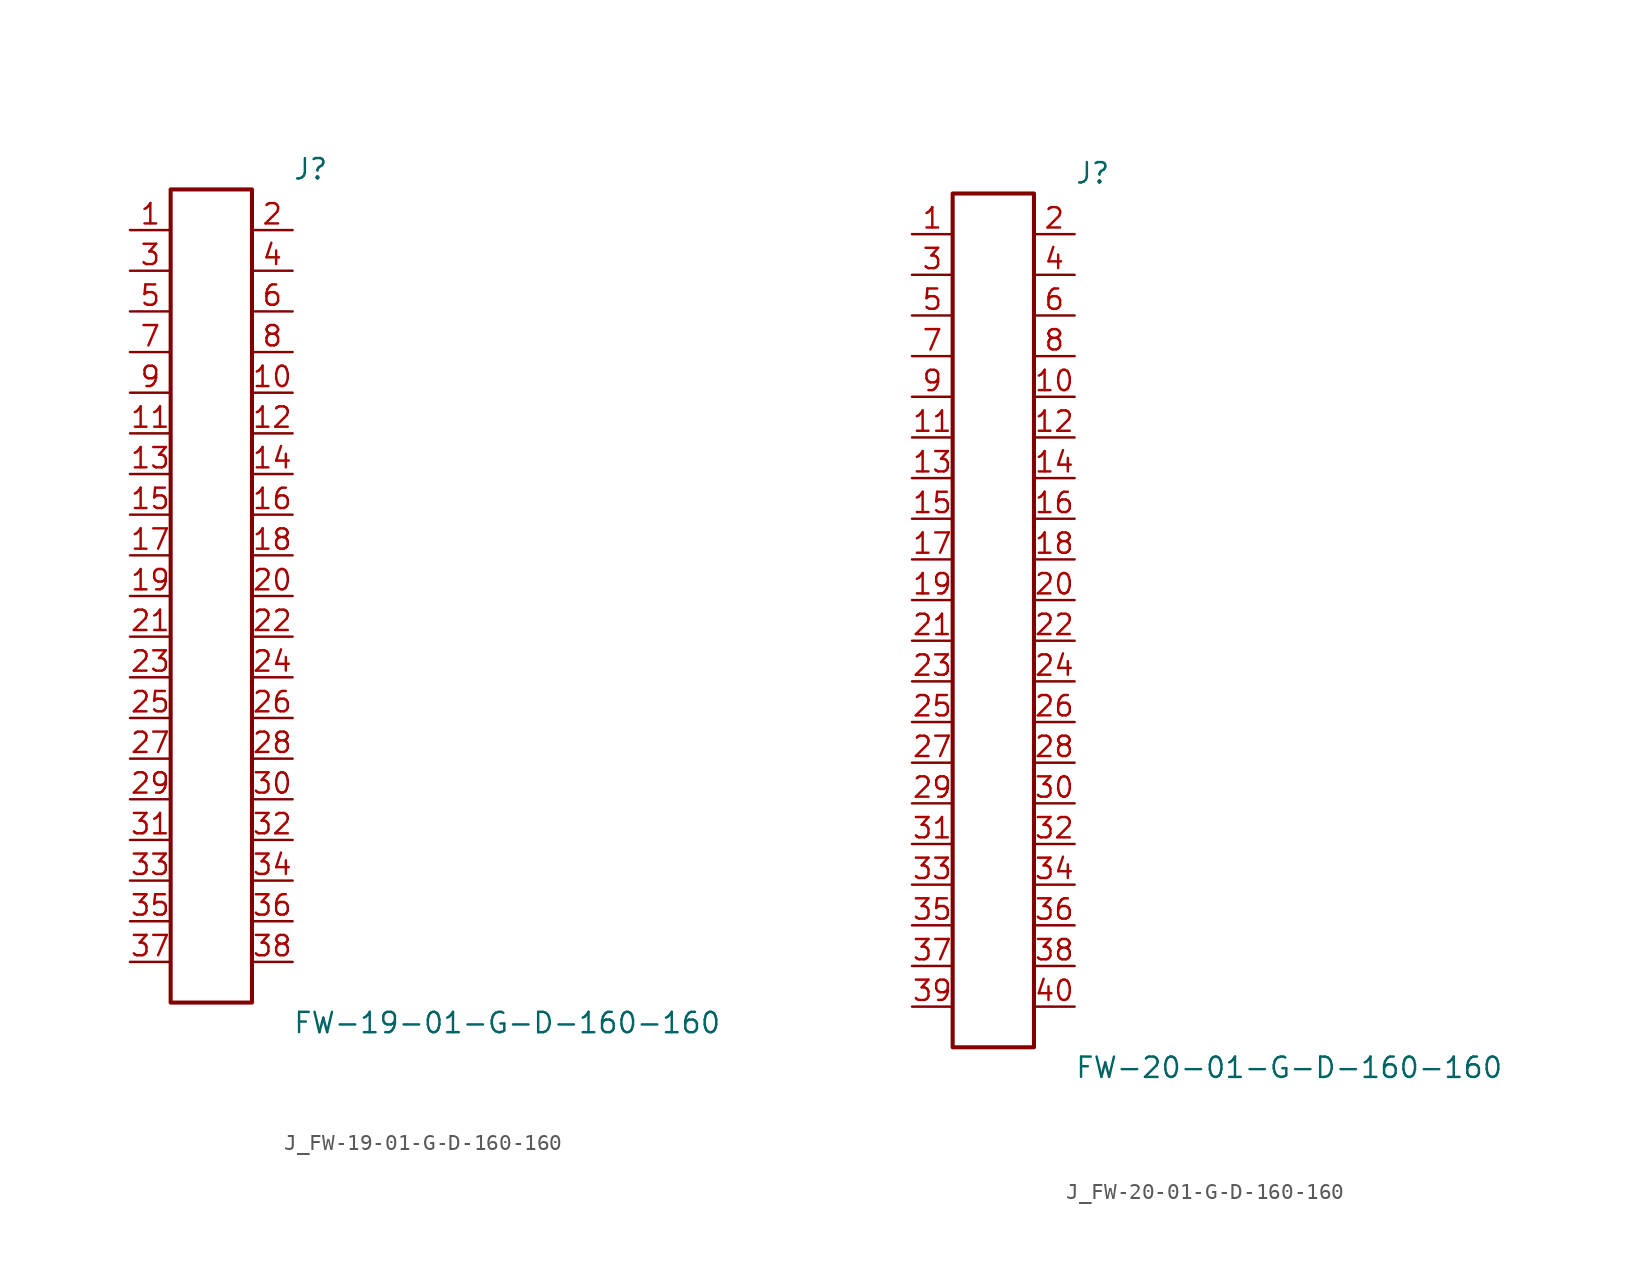
<source format=kicad_sym>
(kicad_symbol_lib
  (version 20231120)
  (generator kicad_symbol_editor)
  (generator_version 8.0)
  (symbol "J_FW-19-01-G-D-160-160"
    (pin_names
      (offset 0.254))
    (property "Reference" "J"
      (at 5.08 26.67 0)
      (effects (font (size 1.27 1.27)) (justify left)))
    (property "Value" "FW-19-01-G-D-160-160"
      (at 5.08 -26.67 0)
      (effects (font (size 1.27 1.27)) (justify left)))
    (symbol "J_FW-19-01-G-D-160-160_0_0"
      (pin unspecified line (at -5.08 22.86 0) (length 2.54) (name "" (effects (font (size 1.27 1.27)))) (number "1" (effects (font (size 1.27 1.27)))))
      (pin unspecified line (at 5.08 22.86 180) (length 2.54) (name "" (effects (font (size 1.27 1.27)))) (number "2" (effects (font (size 1.27 1.27)))))
      (pin unspecified line (at -5.08 20.32 0) (length 2.54) (name "" (effects (font (size 1.27 1.27)))) (number "3" (effects (font (size 1.27 1.27)))))
      (pin unspecified line (at 5.08 20.32 180) (length 2.54) (name "" (effects (font (size 1.27 1.27)))) (number "4" (effects (font (size 1.27 1.27)))))
      (pin unspecified line (at -5.08 17.78 0) (length 2.54) (name "" (effects (font (size 1.27 1.27)))) (number "5" (effects (font (size 1.27 1.27)))))
      (pin unspecified line (at 5.08 17.78 180) (length 2.54) (name "" (effects (font (size 1.27 1.27)))) (number "6" (effects (font (size 1.27 1.27)))))
      (pin unspecified line (at -5.08 15.24 0) (length 2.54) (name "" (effects (font (size 1.27 1.27)))) (number "7" (effects (font (size 1.27 1.27)))))
      (pin unspecified line (at 5.08 15.24 180) (length 2.54) (name "" (effects (font (size 1.27 1.27)))) (number "8" (effects (font (size 1.27 1.27)))))
      (pin unspecified line (at -5.08 12.7 0) (length 2.54) (name "" (effects (font (size 1.27 1.27)))) (number "9" (effects (font (size 1.27 1.27)))))
      (pin unspecified line (at 5.08 12.7 180) (length 2.54) (name "" (effects (font (size 1.27 1.27)))) (number "10" (effects (font (size 1.27 1.27)))))
      (pin unspecified line (at -5.08 10.16 0) (length 2.54) (name "" (effects (font (size 1.27 1.27)))) (number "11" (effects (font (size 1.27 1.27)))))
      (pin unspecified line (at 5.08 10.16 180) (length 2.54) (name "" (effects (font (size 1.27 1.27)))) (number "12" (effects (font (size 1.27 1.27)))))
      (pin unspecified line (at -5.08 7.62 0) (length 2.54) (name "" (effects (font (size 1.27 1.27)))) (number "13" (effects (font (size 1.27 1.27)))))
      (pin unspecified line (at 5.08 7.62 180) (length 2.54) (name "" (effects (font (size 1.27 1.27)))) (number "14" (effects (font (size 1.27 1.27)))))
      (pin unspecified line (at -5.08 5.08 0) (length 2.54) (name "" (effects (font (size 1.27 1.27)))) (number "15" (effects (font (size 1.27 1.27)))))
      (pin unspecified line (at 5.08 5.08 180) (length 2.54) (name "" (effects (font (size 1.27 1.27)))) (number "16" (effects (font (size 1.27 1.27)))))
      (pin unspecified line (at -5.08 2.54 0) (length 2.54) (name "" (effects (font (size 1.27 1.27)))) (number "17" (effects (font (size 1.27 1.27)))))
      (pin unspecified line (at 5.08 2.54 180) (length 2.54) (name "" (effects (font (size 1.27 1.27)))) (number "18" (effects (font (size 1.27 1.27)))))
      (pin unspecified line (at -5.08 0.0 0) (length 2.54) (name "" (effects (font (size 1.27 1.27)))) (number "19" (effects (font (size 1.27 1.27)))))
      (pin unspecified line (at 5.08 0.0 180) (length 2.54) (name "" (effects (font (size 1.27 1.27)))) (number "20" (effects (font (size 1.27 1.27)))))
      (pin unspecified line (at -5.08 -2.54 0) (length 2.54) (name "" (effects (font (size 1.27 1.27)))) (number "21" (effects (font (size 1.27 1.27)))))
      (pin unspecified line (at 5.08 -2.54 180) (length 2.54) (name "" (effects (font (size 1.27 1.27)))) (number "22" (effects (font (size 1.27 1.27)))))
      (pin unspecified line (at -5.08 -5.08 0) (length 2.54) (name "" (effects (font (size 1.27 1.27)))) (number "23" (effects (font (size 1.27 1.27)))))
      (pin unspecified line (at 5.08 -5.08 180) (length 2.54) (name "" (effects (font (size 1.27 1.27)))) (number "24" (effects (font (size 1.27 1.27)))))
      (pin unspecified line (at -5.08 -7.62 0) (length 2.54) (name "" (effects (font (size 1.27 1.27)))) (number "25" (effects (font (size 1.27 1.27)))))
      (pin unspecified line (at 5.08 -7.62 180) (length 2.54) (name "" (effects (font (size 1.27 1.27)))) (number "26" (effects (font (size 1.27 1.27)))))
      (pin unspecified line (at -5.08 -10.16 0) (length 2.54) (name "" (effects (font (size 1.27 1.27)))) (number "27" (effects (font (size 1.27 1.27)))))
      (pin unspecified line (at 5.08 -10.16 180) (length 2.54) (name "" (effects (font (size 1.27 1.27)))) (number "28" (effects (font (size 1.27 1.27)))))
      (pin unspecified line (at -5.08 -12.7 0) (length 2.54) (name "" (effects (font (size 1.27 1.27)))) (number "29" (effects (font (size 1.27 1.27)))))
      (pin unspecified line (at 5.08 -12.7 180) (length 2.54) (name "" (effects (font (size 1.27 1.27)))) (number "30" (effects (font (size 1.27 1.27)))))
      (pin unspecified line (at -5.08 -15.24 0) (length 2.54) (name "" (effects (font (size 1.27 1.27)))) (number "31" (effects (font (size 1.27 1.27)))))
      (pin unspecified line (at 5.08 -15.24 180) (length 2.54) (name "" (effects (font (size 1.27 1.27)))) (number "32" (effects (font (size 1.27 1.27)))))
      (pin unspecified line (at -5.08 -17.78 0) (length 2.54) (name "" (effects (font (size 1.27 1.27)))) (number "33" (effects (font (size 1.27 1.27)))))
      (pin unspecified line (at 5.08 -17.78 180) (length 2.54) (name "" (effects (font (size 1.27 1.27)))) (number "34" (effects (font (size 1.27 1.27)))))
      (pin unspecified line (at -5.08 -20.32 0) (length 2.54) (name "" (effects (font (size 1.27 1.27)))) (number "35" (effects (font (size 1.27 1.27)))))
      (pin unspecified line (at 5.08 -20.32 180) (length 2.54) (name "" (effects (font (size 1.27 1.27)))) (number "36" (effects (font (size 1.27 1.27)))))
      (pin unspecified line (at -5.08 -22.86 0) (length 2.54) (name "" (effects (font (size 1.27 1.27)))) (number "37" (effects (font (size 1.27 1.27)))))
      (pin unspecified line (at 5.08 -22.86 180) (length 2.54) (name "" (effects (font (size 1.27 1.27)))) (number "38" (effects (font (size 1.27 1.27))))))
    (symbol "J_FW-19-01-G-D-160-160_1_0"
      (rectangle (start -2.54 25.4) (end 2.54 -25.4) (stroke (width 0.254) (type solid)) (fill (type none)))))
  (symbol "J_FW-20-01-G-D-160-160"
    (pin_names
      (offset 0.254))
    (property "Reference" "J"
      (at 5.08 27.94 0)
      (effects (font (size 1.27 1.27)) (justify left)))
    (property "Value" "FW-20-01-G-D-160-160"
      (at 5.08 -27.94 0)
      (effects (font (size 1.27 1.27)) (justify left)))
    (symbol "J_FW-20-01-G-D-160-160_0_0"
      (pin unspecified line (at -5.08 24.13 0) (length 2.54) (name "" (effects (font (size 1.27 1.27)))) (number "1" (effects (font (size 1.27 1.27)))))
      (pin unspecified line (at 5.08 24.13 180) (length 2.54) (name "" (effects (font (size 1.27 1.27)))) (number "2" (effects (font (size 1.27 1.27)))))
      (pin unspecified line (at -5.08 21.59 0) (length 2.54) (name "" (effects (font (size 1.27 1.27)))) (number "3" (effects (font (size 1.27 1.27)))))
      (pin unspecified line (at 5.08 21.59 180) (length 2.54) (name "" (effects (font (size 1.27 1.27)))) (number "4" (effects (font (size 1.27 1.27)))))
      (pin unspecified line (at -5.08 19.05 0) (length 2.54) (name "" (effects (font (size 1.27 1.27)))) (number "5" (effects (font (size 1.27 1.27)))))
      (pin unspecified line (at 5.08 19.05 180) (length 2.54) (name "" (effects (font (size 1.27 1.27)))) (number "6" (effects (font (size 1.27 1.27)))))
      (pin unspecified line (at -5.08 16.51 0) (length 2.54) (name "" (effects (font (size 1.27 1.27)))) (number "7" (effects (font (size 1.27 1.27)))))
      (pin unspecified line (at 5.08 16.51 180) (length 2.54) (name "" (effects (font (size 1.27 1.27)))) (number "8" (effects (font (size 1.27 1.27)))))
      (pin unspecified line (at -5.08 13.97 0) (length 2.54) (name "" (effects (font (size 1.27 1.27)))) (number "9" (effects (font (size 1.27 1.27)))))
      (pin unspecified line (at 5.08 13.97 180) (length 2.54) (name "" (effects (font (size 1.27 1.27)))) (number "10" (effects (font (size 1.27 1.27)))))
      (pin unspecified line (at -5.08 11.43 0) (length 2.54) (name "" (effects (font (size 1.27 1.27)))) (number "11" (effects (font (size 1.27 1.27)))))
      (pin unspecified line (at 5.08 11.43 180) (length 2.54) (name "" (effects (font (size 1.27 1.27)))) (number "12" (effects (font (size 1.27 1.27)))))
      (pin unspecified line (at -5.08 8.89 0) (length 2.54) (name "" (effects (font (size 1.27 1.27)))) (number "13" (effects (font (size 1.27 1.27)))))
      (pin unspecified line (at 5.08 8.89 180) (length 2.54) (name "" (effects (font (size 1.27 1.27)))) (number "14" (effects (font (size 1.27 1.27)))))
      (pin unspecified line (at -5.08 6.35 0) (length 2.54) (name "" (effects (font (size 1.27 1.27)))) (number "15" (effects (font (size 1.27 1.27)))))
      (pin unspecified line (at 5.08 6.35 180) (length 2.54) (name "" (effects (font (size 1.27 1.27)))) (number "16" (effects (font (size 1.27 1.27)))))
      (pin unspecified line (at -5.08 3.81 0) (length 2.54) (name "" (effects (font (size 1.27 1.27)))) (number "17" (effects (font (size 1.27 1.27)))))
      (pin unspecified line (at 5.08 3.81 180) (length 2.54) (name "" (effects (font (size 1.27 1.27)))) (number "18" (effects (font (size 1.27 1.27)))))
      (pin unspecified line (at -5.08 1.27 0) (length 2.54) (name "" (effects (font (size 1.27 1.27)))) (number "19" (effects (font (size 1.27 1.27)))))
      (pin unspecified line (at 5.08 1.27 180) (length 2.54) (name "" (effects (font (size 1.27 1.27)))) (number "20" (effects (font (size 1.27 1.27)))))
      (pin unspecified line (at -5.08 -1.27 0) (length 2.54) (name "" (effects (font (size 1.27 1.27)))) (number "21" (effects (font (size 1.27 1.27)))))
      (pin unspecified line (at 5.08 -1.27 180) (length 2.54) (name "" (effects (font (size 1.27 1.27)))) (number "22" (effects (font (size 1.27 1.27)))))
      (pin unspecified line (at -5.08 -3.81 0) (length 2.54) (name "" (effects (font (size 1.27 1.27)))) (number "23" (effects (font (size 1.27 1.27)))))
      (pin unspecified line (at 5.08 -3.81 180) (length 2.54) (name "" (effects (font (size 1.27 1.27)))) (number "24" (effects (font (size 1.27 1.27)))))
      (pin unspecified line (at -5.08 -6.35 0) (length 2.54) (name "" (effects (font (size 1.27 1.27)))) (number "25" (effects (font (size 1.27 1.27)))))
      (pin unspecified line (at 5.08 -6.35 180) (length 2.54) (name "" (effects (font (size 1.27 1.27)))) (number "26" (effects (font (size 1.27 1.27)))))
      (pin unspecified line (at -5.08 -8.89 0) (length 2.54) (name "" (effects (font (size 1.27 1.27)))) (number "27" (effects (font (size 1.27 1.27)))))
      (pin unspecified line (at 5.08 -8.89 180) (length 2.54) (name "" (effects (font (size 1.27 1.27)))) (number "28" (effects (font (size 1.27 1.27)))))
      (pin unspecified line (at -5.08 -11.43 0) (length 2.54) (name "" (effects (font (size 1.27 1.27)))) (number "29" (effects (font (size 1.27 1.27)))))
      (pin unspecified line (at 5.08 -11.43 180) (length 2.54) (name "" (effects (font (size 1.27 1.27)))) (number "30" (effects (font (size 1.27 1.27)))))
      (pin unspecified line (at -5.08 -13.97 0) (length 2.54) (name "" (effects (font (size 1.27 1.27)))) (number "31" (effects (font (size 1.27 1.27)))))
      (pin unspecified line (at 5.08 -13.97 180) (length 2.54) (name "" (effects (font (size 1.27 1.27)))) (number "32" (effects (font (size 1.27 1.27)))))
      (pin unspecified line (at -5.08 -16.51 0) (length 2.54) (name "" (effects (font (size 1.27 1.27)))) (number "33" (effects (font (size 1.27 1.27)))))
      (pin unspecified line (at 5.08 -16.51 180) (length 2.54) (name "" (effects (font (size 1.27 1.27)))) (number "34" (effects (font (size 1.27 1.27)))))
      (pin unspecified line (at -5.08 -19.05 0) (length 2.54) (name "" (effects (font (size 1.27 1.27)))) (number "35" (effects (font (size 1.27 1.27)))))
      (pin unspecified line (at 5.08 -19.05 180) (length 2.54) (name "" (effects (font (size 1.27 1.27)))) (number "36" (effects (font (size 1.27 1.27)))))
      (pin unspecified line (at -5.08 -21.59 0) (length 2.54) (name "" (effects (font (size 1.27 1.27)))) (number "37" (effects (font (size 1.27 1.27)))))
      (pin unspecified line (at 5.08 -21.59 180) (length 2.54) (name "" (effects (font (size 1.27 1.27)))) (number "38" (effects (font (size 1.27 1.27)))))
      (pin unspecified line (at -5.08 -24.13 0) (length 2.54) (name "" (effects (font (size 1.27 1.27)))) (number "39" (effects (font (size 1.27 1.27)))))
      (pin unspecified line (at 5.08 -24.13 180) (length 2.54) (name "" (effects (font (size 1.27 1.27)))) (number "40" (effects (font (size 1.27 1.27))))))
    (symbol "J_FW-20-01-G-D-160-160_1_0"
      (rectangle (start -2.54 26.67) (end 2.54 -26.67) (stroke (width 0.254) (type solid)) (fill (type none))))))
</source>
